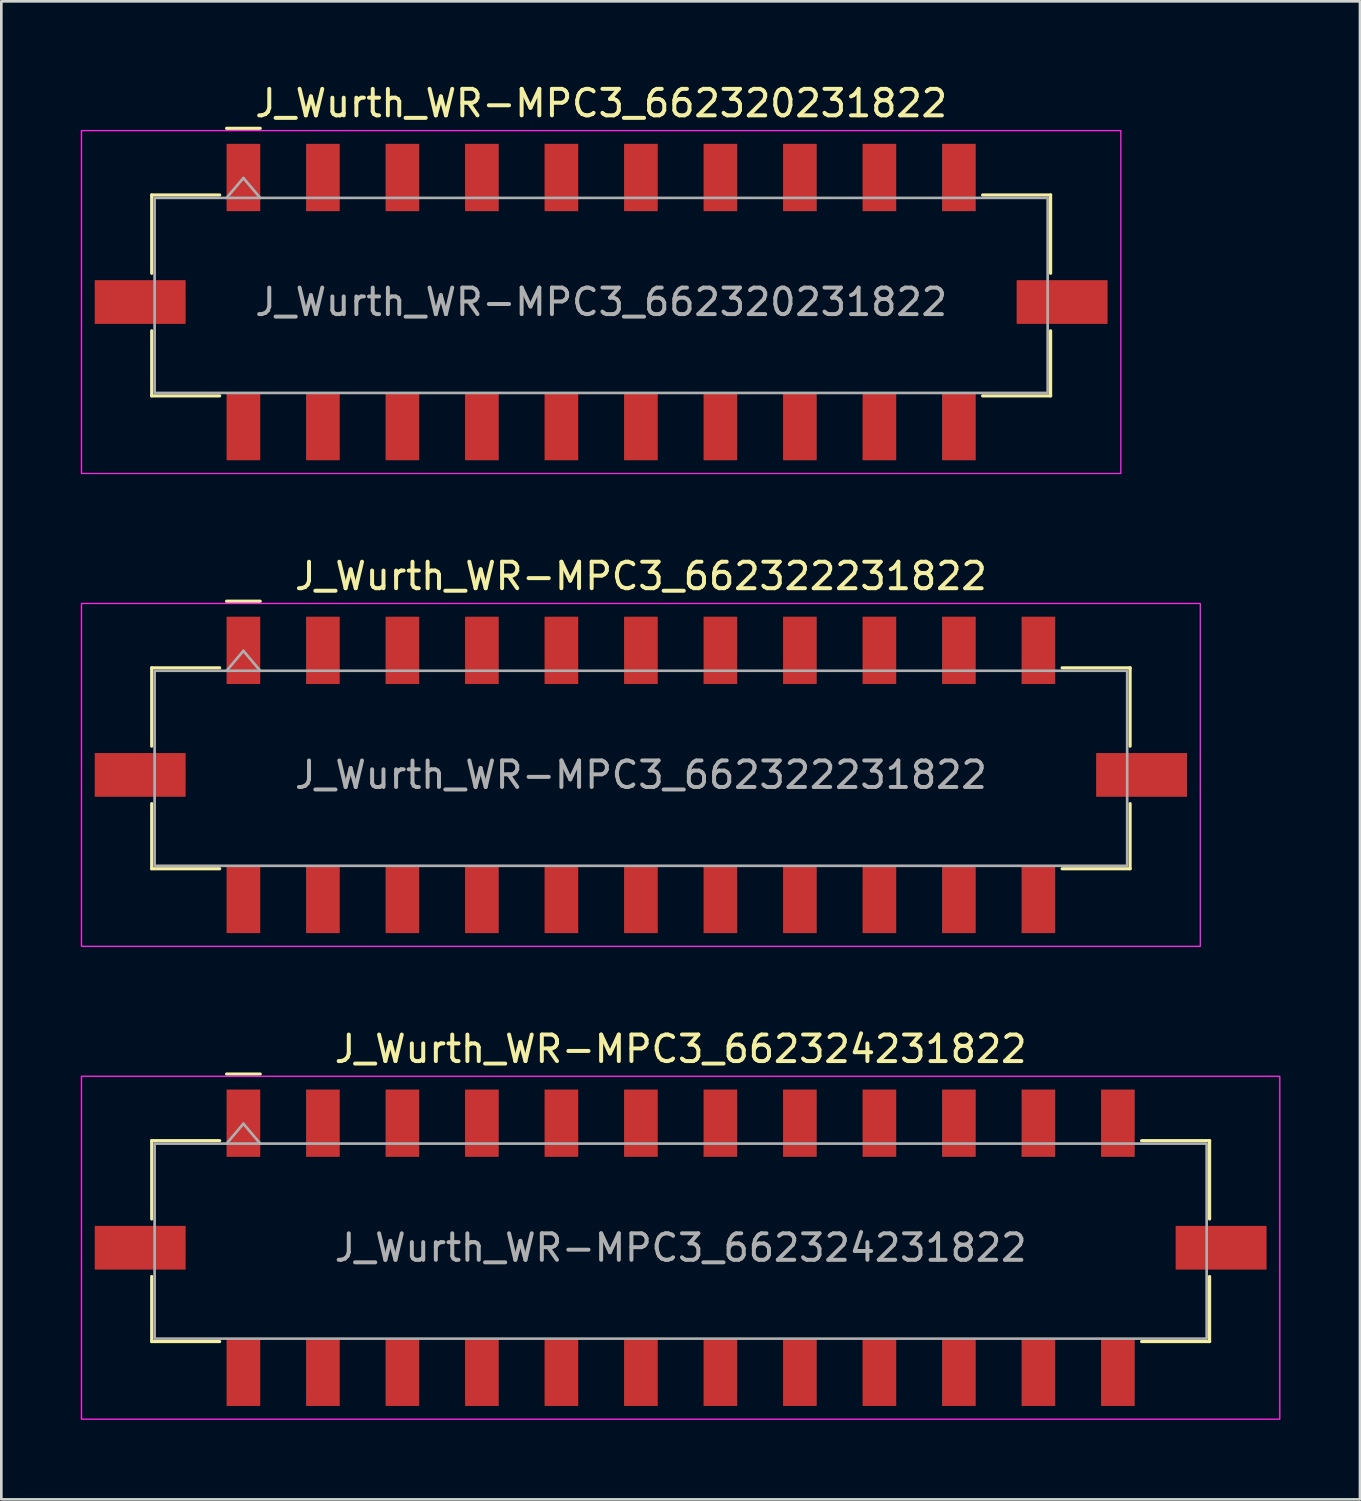
<source format=kicad_pcb>
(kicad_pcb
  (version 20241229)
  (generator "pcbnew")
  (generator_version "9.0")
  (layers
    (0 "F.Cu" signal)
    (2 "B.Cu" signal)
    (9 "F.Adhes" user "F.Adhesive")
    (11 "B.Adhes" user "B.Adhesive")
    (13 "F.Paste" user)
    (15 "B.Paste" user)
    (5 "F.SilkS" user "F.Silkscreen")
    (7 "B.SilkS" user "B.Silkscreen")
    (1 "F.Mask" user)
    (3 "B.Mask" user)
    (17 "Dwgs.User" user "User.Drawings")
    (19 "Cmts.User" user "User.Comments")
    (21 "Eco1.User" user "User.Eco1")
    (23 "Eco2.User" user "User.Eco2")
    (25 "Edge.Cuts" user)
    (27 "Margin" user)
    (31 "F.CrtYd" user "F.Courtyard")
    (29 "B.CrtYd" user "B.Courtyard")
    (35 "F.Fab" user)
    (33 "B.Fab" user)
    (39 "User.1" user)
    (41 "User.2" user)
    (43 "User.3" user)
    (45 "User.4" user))
  (footprint "J_Wurth_WR-MPC3_662322231822"
    (layer "F.Cu")
    (at 21.135 26.192)
    (property "Reference" "J_Wurth_WR-MPC3_662322231822" (at 0 -7.5 0) (unlocked yes) (layer "F.SilkS") (effects (font (size 1 1) (thickness 0.15))))
    (attr smd)
    (fp_line (start -18.46 -4.04) (end -15.895 -4.04) (stroke (width 0.12) (type solid)) (layer "F.SilkS"))
    (fp_line (start -18.46 -1.085) (end -18.46 -4.04) (stroke (width 0.12) (type solid)) (layer "F.SilkS"))
    (fp_line (start -18.46 3.54) (end -18.46 1.085) (stroke (width 0.12) (type solid)) (layer "F.SilkS"))
    (fp_line (start -18.46 3.54) (end -15.895 3.54) (stroke (width 0.12) (type solid)) (layer "F.SilkS"))
    (fp_line (start -15.635 -6.555) (end -14.365 -6.555) (stroke (width 0.12) (type solid)) (layer "F.SilkS"))
    (fp_line (start 15.895 -4.04) (end 18.46 -4.04) (stroke (width 0.12) (type solid)) (layer "F.SilkS"))
    (fp_line (start 15.895 3.54) (end 18.46 3.54) (stroke (width 0.12) (type solid)) (layer "F.SilkS"))
    (fp_line (start 18.46 -1.085) (end 18.46 -4.04) (stroke (width 0.12) (type solid)) (layer "F.SilkS"))
    (fp_line (start 18.46 3.54) (end 18.46 1.085) (stroke (width 0.12) (type solid)) (layer "F.SilkS"))
    (fp_rect (start -21.11 -6.47) (end 21.11 6.47) (stroke (width 0.05) (type solid)) (fill no) (layer "F.CrtYd"))
    (fp_line (start -15 -4.68) (end -15.635 -3.93) (stroke (width 0.1) (type solid)) (layer "F.Fab"))
    (fp_line (start -15 -4.68) (end -14.365 -3.93) (stroke (width 0.1) (type solid)) (layer "F.Fab"))
    (fp_rect (start -18.35 -3.93) (end 18.35 3.43) (stroke (width 0.1) (type solid)) (fill no) (layer "F.Fab"))
    (fp_text user "${REFERENCE}" (at 0 0 0) (unlocked yes) (layer "F.Fab") (effects (font (size 1 1) (thickness 0.15))))
    (pad "1" smd rect (at -15 -4.7 180) (size 1.27 2.54) (layers "F.Cu" "F.Mask" "F.Paste"))
    (pad "2" smd rect (at -12 -4.7 180) (size 1.27 2.54) (layers "F.Cu" "F.Mask" "F.Paste"))
    (pad "3" smd rect (at -9 -4.7 180) (size 1.27 2.54) (layers "F.Cu" "F.Mask" "F.Paste"))
    (pad "4" smd rect (at -6 -4.7 180) (size 1.27 2.54) (layers "F.Cu" "F.Mask" "F.Paste"))
    (pad "5" smd rect (at -3 -4.7 180) (size 1.27 2.54) (layers "F.Cu" "F.Mask" "F.Paste"))
    (pad "6" smd rect (at 0 -4.7 180) (size 1.27 2.54) (layers "F.Cu" "F.Mask" "F.Paste"))
    (pad "7" smd rect (at 3 -4.7 180) (size 1.27 2.54) (layers "F.Cu" "F.Mask" "F.Paste"))
    (pad "8" smd rect (at 6 -4.7 180) (size 1.27 2.54) (layers "F.Cu" "F.Mask" "F.Paste"))
    (pad "9" smd rect (at 9 -4.7 180) (size 1.27 2.54) (layers "F.Cu" "F.Mask" "F.Paste"))
    (pad "10" smd rect (at 12 -4.7 180) (size 1.27 2.54) (layers "F.Cu" "F.Mask" "F.Paste"))
    (pad "11" smd rect (at 15 -4.7 180) (size 1.27 2.54) (layers "F.Cu" "F.Mask" "F.Paste"))
    (pad "12" smd rect (at -15 4.7 180) (size 1.27 2.54) (layers "F.Cu" "F.Mask" "F.Paste"))
    (pad "13" smd rect (at -12 4.7 180) (size 1.27 2.54) (layers "F.Cu" "F.Mask" "F.Paste"))
    (pad "14" smd rect (at -9 4.7 180) (size 1.27 2.54) (layers "F.Cu" "F.Mask" "F.Paste"))
    (pad "15" smd rect (at -6 4.7 180) (size 1.27 2.54) (layers "F.Cu" "F.Mask" "F.Paste"))
    (pad "16" smd rect (at -3 4.7 180) (size 1.27 2.54) (layers "F.Cu" "F.Mask" "F.Paste"))
    (pad "17" smd rect (at 0 4.7 180) (size 1.27 2.54) (layers "F.Cu" "F.Mask" "F.Paste"))
    (pad "18" smd rect (at 3 4.7 180) (size 1.27 2.54) (layers "F.Cu" "F.Mask" "F.Paste"))
    (pad "19" smd rect (at 6 4.7 180) (size 1.27 2.54) (layers "F.Cu" "F.Mask" "F.Paste"))
    (pad "20" smd rect (at 9 4.7 180) (size 1.27 2.54) (layers "F.Cu" "F.Mask" "F.Paste"))
    (pad "21" smd rect (at 12 4.7 180) (size 1.27 2.54) (layers "F.Cu" "F.Mask" "F.Paste"))
    (pad "22" smd rect (at 15 4.7 180) (size 1.27 2.54) (layers "F.Cu" "F.Mask" "F.Paste"))
    (pad "MP1" smd rect (at 18.895 0 180) (size 3.43 1.65) (layers "F.Cu" "F.Mask" "F.Paste"))
    (pad "MP2" smd rect (at -18.895 0 180) (size 3.43 1.65) (layers "F.Cu" "F.Mask" "F.Paste")))
  (footprint "J_Wurth_WR-MPC3_662320231822"
    (layer "F.Cu")
    (at 19.635 8.348)
    (property "Reference" "J_Wurth_WR-MPC3_662320231822" (at 0 -7.5 0) (unlocked yes) (layer "F.SilkS") (effects (font (size 1 1) (thickness 0.15))))
    (attr smd)
    (fp_line (start -16.96 -4.04) (end -14.395 -4.04) (stroke (width 0.12) (type solid)) (layer "F.SilkS"))
    (fp_line (start -16.96 -1.085) (end -16.96 -4.04) (stroke (width 0.12) (type solid)) (layer "F.SilkS"))
    (fp_line (start -16.96 3.54) (end -16.96 1.085) (stroke (width 0.12) (type solid)) (layer "F.SilkS"))
    (fp_line (start -16.96 3.54) (end -14.395 3.54) (stroke (width 0.12) (type solid)) (layer "F.SilkS"))
    (fp_line (start -14.135 -6.555) (end -12.865 -6.555) (stroke (width 0.12) (type solid)) (layer "F.SilkS"))
    (fp_line (start 14.395 -4.04) (end 16.96 -4.04) (stroke (width 0.12) (type solid)) (layer "F.SilkS"))
    (fp_line (start 14.395 3.54) (end 16.96 3.54) (stroke (width 0.12) (type solid)) (layer "F.SilkS"))
    (fp_line (start 16.96 -1.085) (end 16.96 -4.04) (stroke (width 0.12) (type solid)) (layer "F.SilkS"))
    (fp_line (start 16.96 3.54) (end 16.96 1.085) (stroke (width 0.12) (type solid)) (layer "F.SilkS"))
    (fp_rect (start -19.61 -6.47) (end 19.61 6.47) (stroke (width 0.05) (type solid)) (fill no) (layer "F.CrtYd"))
    (fp_line (start -13.5 -4.68) (end -14.135 -3.93) (stroke (width 0.1) (type solid)) (layer "F.Fab"))
    (fp_line (start -13.5 -4.68) (end -12.865 -3.93) (stroke (width 0.1) (type solid)) (layer "F.Fab"))
    (fp_rect (start -16.85 -3.93) (end 16.85 3.43) (stroke (width 0.1) (type solid)) (fill no) (layer "F.Fab"))
    (fp_text user "${REFERENCE}" (at 0 0 0) (unlocked yes) (layer "F.Fab") (effects (font (size 1 1) (thickness 0.15))))
    (pad "1" smd rect (at -13.5 -4.7 180) (size 1.27 2.54) (layers "F.Cu" "F.Mask" "F.Paste"))
    (pad "2" smd rect (at -10.5 -4.7 180) (size 1.27 2.54) (layers "F.Cu" "F.Mask" "F.Paste"))
    (pad "3" smd rect (at -7.5 -4.7 180) (size 1.27 2.54) (layers "F.Cu" "F.Mask" "F.Paste"))
    (pad "4" smd rect (at -4.5 -4.7 180) (size 1.27 2.54) (layers "F.Cu" "F.Mask" "F.Paste"))
    (pad "5" smd rect (at -1.5 -4.7 180) (size 1.27 2.54) (layers "F.Cu" "F.Mask" "F.Paste"))
    (pad "6" smd rect (at 1.5 -4.7 180) (size 1.27 2.54) (layers "F.Cu" "F.Mask" "F.Paste"))
    (pad "7" smd rect (at 4.5 -4.7 180) (size 1.27 2.54) (layers "F.Cu" "F.Mask" "F.Paste"))
    (pad "8" smd rect (at 7.5 -4.7 180) (size 1.27 2.54) (layers "F.Cu" "F.Mask" "F.Paste"))
    (pad "9" smd rect (at 10.5 -4.7 180) (size 1.27 2.54) (layers "F.Cu" "F.Mask" "F.Paste"))
    (pad "10" smd rect (at 13.5 -4.7 180) (size 1.27 2.54) (layers "F.Cu" "F.Mask" "F.Paste"))
    (pad "11" smd rect (at -13.5 4.7 180) (size 1.27 2.54) (layers "F.Cu" "F.Mask" "F.Paste"))
    (pad "12" smd rect (at -10.5 4.7 180) (size 1.27 2.54) (layers "F.Cu" "F.Mask" "F.Paste"))
    (pad "13" smd rect (at -7.5 4.7 180) (size 1.27 2.54) (layers "F.Cu" "F.Mask" "F.Paste"))
    (pad "14" smd rect (at -4.5 4.7 180) (size 1.27 2.54) (layers "F.Cu" "F.Mask" "F.Paste"))
    (pad "15" smd rect (at -1.5 4.7 180) (size 1.27 2.54) (layers "F.Cu" "F.Mask" "F.Paste"))
    (pad "16" smd rect (at 1.5 4.7 180) (size 1.27 2.54) (layers "F.Cu" "F.Mask" "F.Paste"))
    (pad "17" smd rect (at 4.5 4.7 180) (size 1.27 2.54) (layers "F.Cu" "F.Mask" "F.Paste"))
    (pad "18" smd rect (at 7.5 4.7 180) (size 1.27 2.54) (layers "F.Cu" "F.Mask" "F.Paste"))
    (pad "19" smd rect (at 10.5 4.7 180) (size 1.27 2.54) (layers "F.Cu" "F.Mask" "F.Paste"))
    (pad "20" smd rect (at 13.5 4.7 180) (size 1.27 2.54) (layers "F.Cu" "F.Mask" "F.Paste"))
    (pad "MP1" smd rect (at 17.395 0 180) (size 3.43 1.65) (layers "F.Cu" "F.Mask" "F.Paste"))
    (pad "MP2" smd rect (at -17.395 0 180) (size 3.43 1.65) (layers "F.Cu" "F.Mask" "F.Paste")))
  (footprint "J_Wurth_WR-MPC3_662324231822"
    (layer "F.Cu")
    (at 22.635 44.035)
    (property "Reference" "J_Wurth_WR-MPC3_662324231822" (at 0 -7.5 0) (unlocked yes) (layer "F.SilkS") (effects (font (size 1 1) (thickness 0.15))))
    (attr smd)
    (fp_line (start -19.96 -4.04) (end -17.395 -4.04) (stroke (width 0.12) (type solid)) (layer "F.SilkS"))
    (fp_line (start -19.96 -1.085) (end -19.96 -4.04) (stroke (width 0.12) (type solid)) (layer "F.SilkS"))
    (fp_line (start -19.96 3.54) (end -19.96 1.085) (stroke (width 0.12) (type solid)) (layer "F.SilkS"))
    (fp_line (start -19.96 3.54) (end -17.395 3.54) (stroke (width 0.12) (type solid)) (layer "F.SilkS"))
    (fp_line (start -17.135 -6.555) (end -15.865 -6.555) (stroke (width 0.12) (type solid)) (layer "F.SilkS"))
    (fp_line (start 17.395 -4.04) (end 19.96 -4.04) (stroke (width 0.12) (type solid)) (layer "F.SilkS"))
    (fp_line (start 17.395 3.54) (end 19.96 3.54) (stroke (width 0.12) (type solid)) (layer "F.SilkS"))
    (fp_line (start 19.96 -1.085) (end 19.96 -4.04) (stroke (width 0.12) (type solid)) (layer "F.SilkS"))
    (fp_line (start 19.96 3.54) (end 19.96 1.085) (stroke (width 0.12) (type solid)) (layer "F.SilkS"))
    (fp_rect (start -22.61 -6.47) (end 22.61 6.47) (stroke (width 0.05) (type solid)) (fill no) (layer "F.CrtYd"))
    (fp_line (start -16.5 -4.68) (end -17.135 -3.93) (stroke (width 0.1) (type solid)) (layer "F.Fab"))
    (fp_line (start -16.5 -4.68) (end -15.865 -3.93) (stroke (width 0.1) (type solid)) (layer "F.Fab"))
    (fp_rect (start -19.85 -3.93) (end 19.85 3.43) (stroke (width 0.1) (type solid)) (fill no) (layer "F.Fab"))
    (fp_text user "${REFERENCE}" (at 0 0 0) (unlocked yes) (layer "F.Fab") (effects (font (size 1 1) (thickness 0.15))))
    (pad "1" smd rect (at -16.5 -4.7 180) (size 1.27 2.54) (layers "F.Cu" "F.Mask" "F.Paste"))
    (pad "2" smd rect (at -13.5 -4.7 180) (size 1.27 2.54) (layers "F.Cu" "F.Mask" "F.Paste"))
    (pad "3" smd rect (at -10.5 -4.7 180) (size 1.27 2.54) (layers "F.Cu" "F.Mask" "F.Paste"))
    (pad "4" smd rect (at -7.5 -4.7 180) (size 1.27 2.54) (layers "F.Cu" "F.Mask" "F.Paste"))
    (pad "5" smd rect (at -4.5 -4.7 180) (size 1.27 2.54) (layers "F.Cu" "F.Mask" "F.Paste"))
    (pad "6" smd rect (at -1.5 -4.7 180) (size 1.27 2.54) (layers "F.Cu" "F.Mask" "F.Paste"))
    (pad "7" smd rect (at 1.5 -4.7 180) (size 1.27 2.54) (layers "F.Cu" "F.Mask" "F.Paste"))
    (pad "8" smd rect (at 4.5 -4.7 180) (size 1.27 2.54) (layers "F.Cu" "F.Mask" "F.Paste"))
    (pad "9" smd rect (at 7.5 -4.7 180) (size 1.27 2.54) (layers "F.Cu" "F.Mask" "F.Paste"))
    (pad "10" smd rect (at 10.5 -4.7 180) (size 1.27 2.54) (layers "F.Cu" "F.Mask" "F.Paste"))
    (pad "11" smd rect (at 13.5 -4.7 180) (size 1.27 2.54) (layers "F.Cu" "F.Mask" "F.Paste"))
    (pad "12" smd rect (at 16.5 -4.7 180) (size 1.27 2.54) (layers "F.Cu" "F.Mask" "F.Paste"))
    (pad "13" smd rect (at -16.5 4.7 180) (size 1.27 2.54) (layers "F.Cu" "F.Mask" "F.Paste"))
    (pad "14" smd rect (at -13.5 4.7 180) (size 1.27 2.54) (layers "F.Cu" "F.Mask" "F.Paste"))
    (pad "15" smd rect (at -10.5 4.7 180) (size 1.27 2.54) (layers "F.Cu" "F.Mask" "F.Paste"))
    (pad "16" smd rect (at -7.5 4.7 180) (size 1.27 2.54) (layers "F.Cu" "F.Mask" "F.Paste"))
    (pad "17" smd rect (at -4.5 4.7 180) (size 1.27 2.54) (layers "F.Cu" "F.Mask" "F.Paste"))
    (pad "18" smd rect (at -1.5 4.7 180) (size 1.27 2.54) (layers "F.Cu" "F.Mask" "F.Paste"))
    (pad "19" smd rect (at 1.5 4.7 180) (size 1.27 2.54) (layers "F.Cu" "F.Mask" "F.Paste"))
    (pad "20" smd rect (at 4.5 4.7 180) (size 1.27 2.54) (layers "F.Cu" "F.Mask" "F.Paste"))
    (pad "21" smd rect (at 7.5 4.7 180) (size 1.27 2.54) (layers "F.Cu" "F.Mask" "F.Paste"))
    (pad "22" smd rect (at 10.5 4.7 180) (size 1.27 2.54) (layers "F.Cu" "F.Mask" "F.Paste"))
    (pad "23" smd rect (at 13.5 4.7 180) (size 1.27 2.54) (layers "F.Cu" "F.Mask" "F.Paste"))
    (pad "24" smd rect (at 16.5 4.7 180) (size 1.27 2.54) (layers "F.Cu" "F.Mask" "F.Paste"))
    (pad "MP1" smd rect (at 20.395 0 180) (size 3.43 1.65) (layers "F.Cu" "F.Mask" "F.Paste"))
    (pad "MP2" smd rect (at -20.395 0 180) (size 3.43 1.65) (layers "F.Cu" "F.Mask" "F.Paste")))
  (gr_rect
    (start -3 -3)
    (end 48.27 53.53)
    (stroke (width 0.1) (type default))
    (fill no)
    (layer "Edge.Cuts")))
</source>
